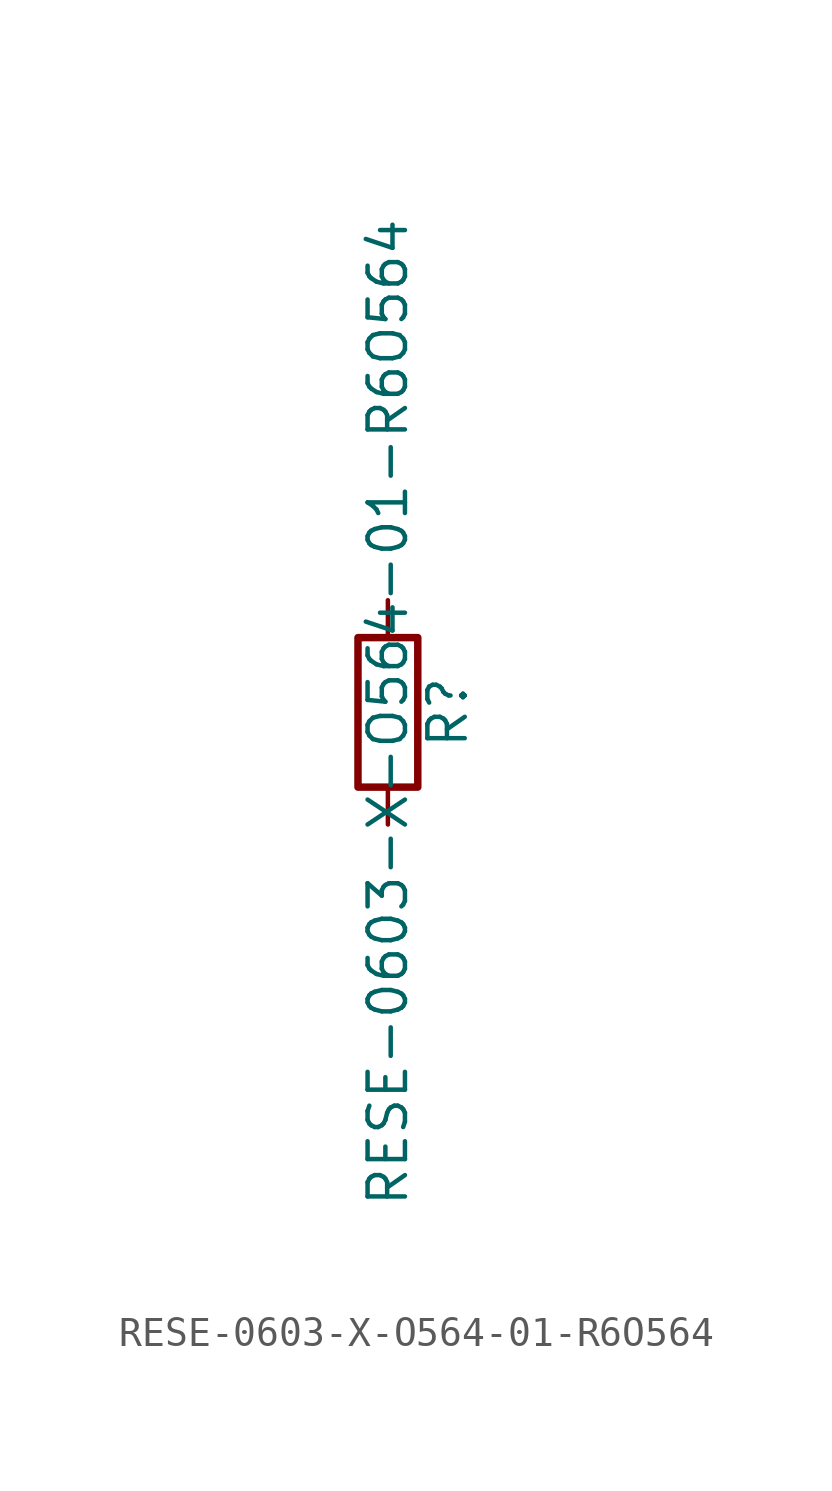
<source format=kicad_sym>
(kicad_symbol_lib
  (version 20211014)
  (generator kicad_symbol_editor)
  (symbol "RESE-0603-X-O564-01-R6O564"
    (pin_numbers hide)
    (pin_names
      (offset 0))
    (property "Reference" "R"
      (at 2.032 0 90)
      (effects (font (size 1.27 1.27))))
    (property "Value" "RESE-0603-X-O564-01-R6O564"
      (at 0 0 90)
      (effects (font (size 1.27 1.27))))
    (symbol "RESE-0603-X-O564-01-R6O564_0_1"
      (rectangle (start -1.016 -2.54) (end 1.016 2.54) (stroke (width 0.254) (type default) (color 0 0 0 0)) (fill (type none))))
    (symbol "RESE-0603-X-O564-01-R6O564_1_1"
      (pin passive line (at 0 3.81 270) (length 1.27) (name "~" (effects (font (size 1.27 1.27)))) (number "1" (effects (font (size 1.27 1.27)))))
      (pin passive line (at 0 -3.81 90) (length 1.27) (name "~" (effects (font (size 1.27 1.27)))) (number "2" (effects (font (size 1.27 1.27))))))))
</source>
